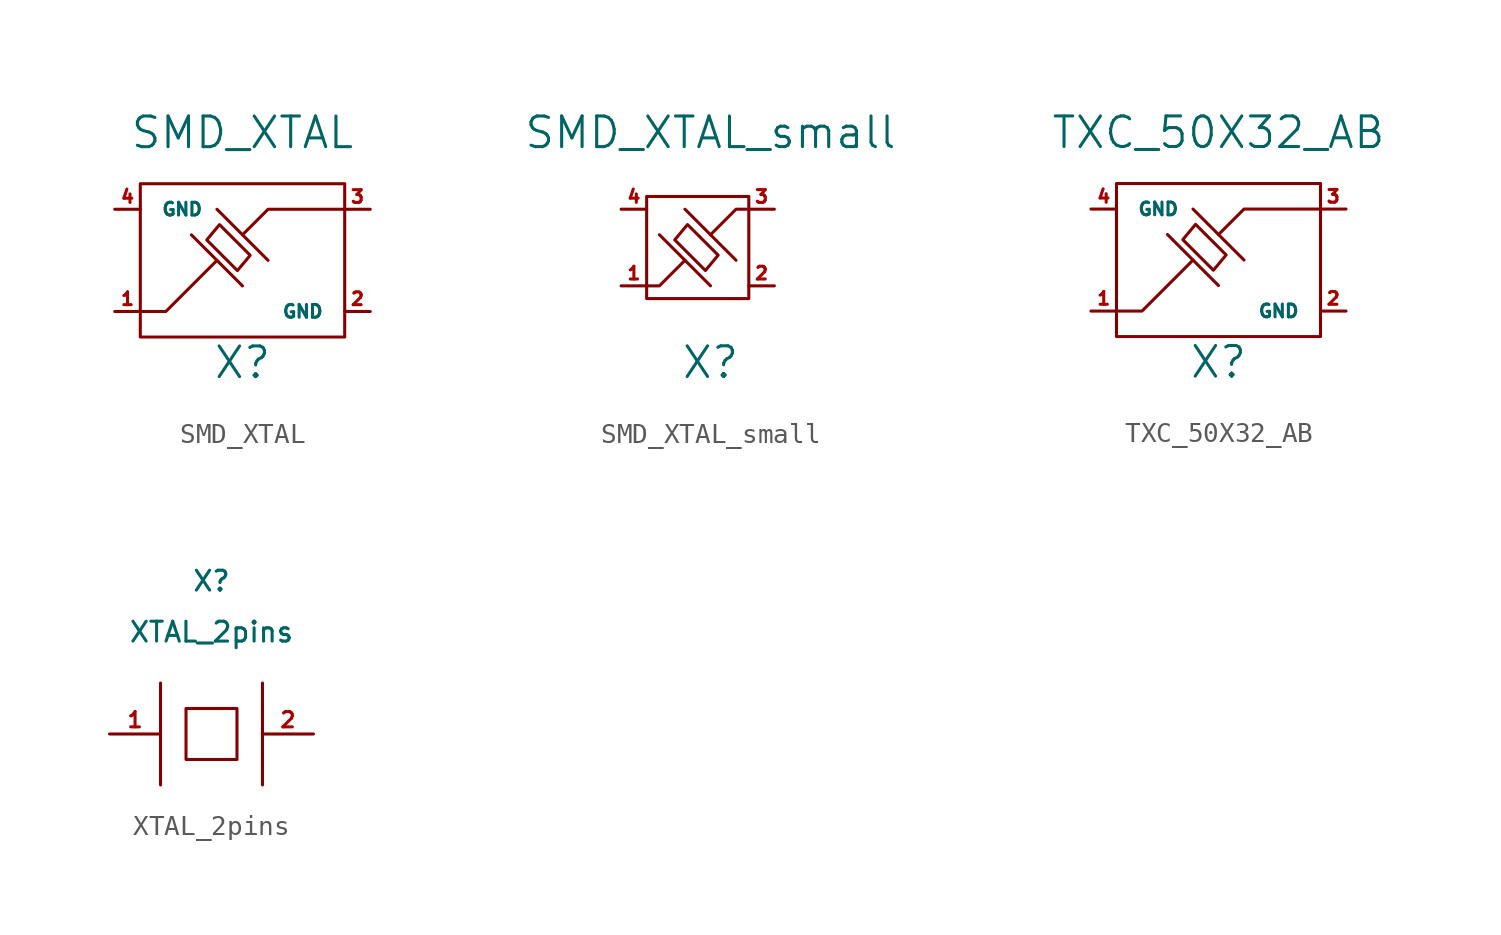
<source format=kicad_sym>
(kicad_symbol_lib
  (version 20211014)
  (generator kicad_symbol_editor)
  (symbol "SMD_XTAL"
    (pin_names
      (offset 1.016))
    (property "Reference" "X"
      (at 0 -5.08 0)
      (effects (font (size 1.524 1.524))))
    (property "Value" "SMD_XTAL"
      (at 0 6.35 0)
      (effects (font (size 1.524 1.524))))
    (property "Footprint" ""
      (at 0 0 0)
      (effects (font (size 1.524 1.524))))
    (property "Datasheet" ""
      (at 0 0 0)
      (effects (font (size 1.524 1.524))))
    (symbol "SMD_XTAL_0_1"
      (rectangle (start -5.08 3.81) (end 5.08 -3.81) (stroke (width 0) (type default) (color 0 0 0 0)) (fill (type none)))
      (polyline (pts (xy -2.54 1.27) (xy 0 -1.27)) (stroke (width 0) (type default) (color 0 0 0 0)) (fill (type none)))
      (polyline (pts (xy -1.27 2.54) (xy 1.27 0)) (stroke (width 0) (type default) (color 0 0 0 0)) (fill (type none)))
      (polyline (pts (xy -5.08 -2.54) (xy -3.81 -2.54) (xy -1.27 0)) (stroke (width 0) (type default) (color 0 0 0 0)) (fill (type none)))
      (polyline (pts (xy 0 1.27) (xy 1.27 2.54) (xy 5.08 2.54)) (stroke (width 0) (type default) (color 0 0 0 0)) (fill (type none)))
      (polyline (pts (xy -1.778 1.016) (xy -0.254 -0.508) (xy 0.381 0.254) (xy -1.016 1.651) (xy -1.143 1.778) (xy -1.778 1.016)) (stroke (width 0) (type default) (color 0 0 0 0)) (fill (type none))))
    (symbol "SMD_XTAL_1_1"
      (pin input line (at -6.35 -2.54 0) (length 1.27) (name "~" (effects (font (size 0.635 0.635)))) (number "1" (effects (font (size 0.635 0.635)))))
      (pin power_in line (at 6.35 -2.54 180) (length 1.27) (name "GND" (effects (font (size 0.635 0.635)))) (number "2" (effects (font (size 0.635 0.635)))))
      (pin input line (at 6.35 2.54 180) (length 1.27) (name "~" (effects (font (size 0.635 0.635)))) (number "3" (effects (font (size 0.635 0.635)))))
      (pin power_in line (at -6.35 2.54 0) (length 1.27) (name "GND" (effects (font (size 0.635 0.635)))) (number "4" (effects (font (size 0.635 0.635)))))))
  (symbol "SMD_XTAL_small"
    (pin_names
      (offset 1.016))
    (property "Reference" "X"
      (at 0 -5.08 0)
      (effects (font (size 1.524 1.524))))
    (property "Value" "SMD_XTAL_small"
      (at 0 6.35 0)
      (effects (font (size 1.524 1.524))))
    (property "Footprint" ""
      (at 0 0 0)
      (effects (font (size 1.524 1.524))))
    (property "Datasheet" ""
      (at 0 0 0)
      (effects (font (size 1.524 1.524))))
    (symbol "SMD_XTAL_small_0_1"
      (rectangle (start -3.175 3.175) (end 1.905 -1.905) (stroke (width 0) (type default) (color 0 0 0 0)) (fill (type none)))
      (polyline (pts (xy -2.54 1.27) (xy 0 -1.27)) (stroke (width 0) (type default) (color 0 0 0 0)) (fill (type none)))
      (polyline (pts (xy -1.27 2.54) (xy 1.27 0)) (stroke (width 0) (type default) (color 0 0 0 0)) (fill (type none)))
      (polyline (pts (xy -1.27 0) (xy -2.54 -1.27) (xy -3.175 -1.27)) (stroke (width 0) (type default) (color 0 0 0 0)) (fill (type none)))
      (polyline (pts (xy 0 1.27) (xy 1.27 2.54) (xy 1.905 2.54)) (stroke (width 0) (type default) (color 0 0 0 0)) (fill (type none)))
      (polyline (pts (xy -1.778 1.016) (xy -0.254 -0.508) (xy 0.381 0.254) (xy -1.016 1.651) (xy -1.143 1.778) (xy -1.778 1.016)) (stroke (width 0) (type default) (color 0 0 0 0)) (fill (type none))))
    (symbol "SMD_XTAL_small_1_1"
      (pin input line (at -4.445 -1.27 0) (length 1.27) (name "~" (effects (font (size 0.635 0.635)))) (number "1" (effects (font (size 0.635 0.635)))))
      (pin passive line (at 3.175 -1.27 180) (length 1.27) (name "~" (effects (font (size 0.635 0.635)))) (number "2" (effects (font (size 0.635 0.635)))))
      (pin input line (at 3.175 2.54 180) (length 1.27) (name "~" (effects (font (size 0.635 0.635)))) (number "3" (effects (font (size 0.635 0.635)))))
      (pin passive line (at -4.445 2.54 0) (length 1.27) (name "~" (effects (font (size 0.635 0.635)))) (number "4" (effects (font (size 0.635 0.635)))))))
  (symbol "TXC_50X32_AB"
    (pin_names
      (offset 1.016))
    (property "Reference" "X"
      (at 0 -5.08 0)
      (effects (font (size 1.524 1.524))))
    (property "Value" "TXC_50X32_AB"
      (at 0 6.35 0)
      (effects (font (size 1.524 1.524))))
    (property "Footprint" ""
      (at 0 0 0)
      (effects (font (size 1.524 1.524))))
    (property "Datasheet" ""
      (at 0 0 0)
      (effects (font (size 1.524 1.524))))
    (symbol "TXC_50X32_AB_0_1"
      (rectangle (start -5.08 3.81) (end 5.08 -3.81) (stroke (width 0) (type default) (color 0 0 0 0)) (fill (type none)))
      (polyline (pts (xy -2.54 1.27) (xy 0 -1.27)) (stroke (width 0) (type default) (color 0 0 0 0)) (fill (type none)))
      (polyline (pts (xy -1.27 2.54) (xy 1.27 0)) (stroke (width 0) (type default) (color 0 0 0 0)) (fill (type none)))
      (polyline (pts (xy -5.08 -2.54) (xy -3.81 -2.54) (xy -1.27 0)) (stroke (width 0) (type default) (color 0 0 0 0)) (fill (type none)))
      (polyline (pts (xy 0 1.27) (xy 1.27 2.54) (xy 5.08 2.54)) (stroke (width 0) (type default) (color 0 0 0 0)) (fill (type none)))
      (polyline (pts (xy -1.778 1.016) (xy -0.254 -0.508) (xy 0.381 0.254) (xy -1.016 1.651) (xy -1.143 1.778) (xy -1.778 1.016)) (stroke (width 0) (type default) (color 0 0 0 0)) (fill (type none))))
    (symbol "TXC_50X32_AB_1_1"
      (pin input line (at -6.35 -2.54 0) (length 1.27) (name "~" (effects (font (size 0.635 0.635)))) (number "1" (effects (font (size 0.635 0.635)))))
      (pin power_in line (at 6.35 -2.54 180) (length 1.27) (name "GND" (effects (font (size 0.635 0.635)))) (number "2" (effects (font (size 0.635 0.635)))))
      (pin input line (at 6.35 2.54 180) (length 1.27) (name "~" (effects (font (size 0.635 0.635)))) (number "3" (effects (font (size 0.635 0.635)))))
      (pin power_in line (at -6.35 2.54 0) (length 1.27) (name "GND" (effects (font (size 0.635 0.635)))) (number "4" (effects (font (size 0.635 0.635)))))))
  (symbol "XTAL_2pins"
    (pin_names
      (offset 1.016))
    (property "Reference" "X"
      (at 0 7.62 0)
      (effects (font (size 0.991 0.991))))
    (property "Value" "XTAL_2pins"
      (at 0 5.08 0)
      (effects (font (size 0.991 0.991))))
    (symbol "XTAL_2pins_0_0"
      (pin passive line (at -5.08 0 0) (length 2.54) (name "~" (effects (font (size 0.762 0.762)))) (number "1" (effects (font (size 0.762 0.762)))))
      (pin passive line (at 5.08 0 180) (length 2.54) (name "~" (effects (font (size 0.762 0.762)))) (number "2" (effects (font (size 0.762 0.762))))))
    (symbol "XTAL_2pins_0_1"
      (polyline (pts (xy -2.54 -1.27) (xy -2.54 -2.54)) (stroke (width 0) (type default) (color 0 0 0 0)) (fill (type none)))
      (polyline (pts (xy -2.54 1.27) (xy -2.54 -1.27)) (stroke (width 0) (type default) (color 0 0 0 0)) (fill (type none)))
      (polyline (pts (xy -2.54 2.54) (xy -2.54 1.27)) (stroke (width 0) (type default) (color 0 0 0 0)) (fill (type none)))
      (polyline (pts (xy 2.54 -1.27) (xy 2.54 -2.54)) (stroke (width 0) (type default) (color 0 0 0 0)) (fill (type none)))
      (polyline (pts (xy 2.54 1.27) (xy 2.54 -1.27)) (stroke (width 0) (type default) (color 0 0 0 0)) (fill (type none)))
      (polyline (pts (xy 2.54 2.54) (xy 2.54 1.27)) (stroke (width 0) (type default) (color 0 0 0 0)) (fill (type none)))
      (polyline (pts (xy -1.27 1.27) (xy 1.27 1.27) (xy 1.27 -1.27) (xy -1.27 -1.27) (xy -1.27 1.27)) (stroke (width 0) (type default) (color 0 0 0 0)) (fill (type none))))))
</source>
